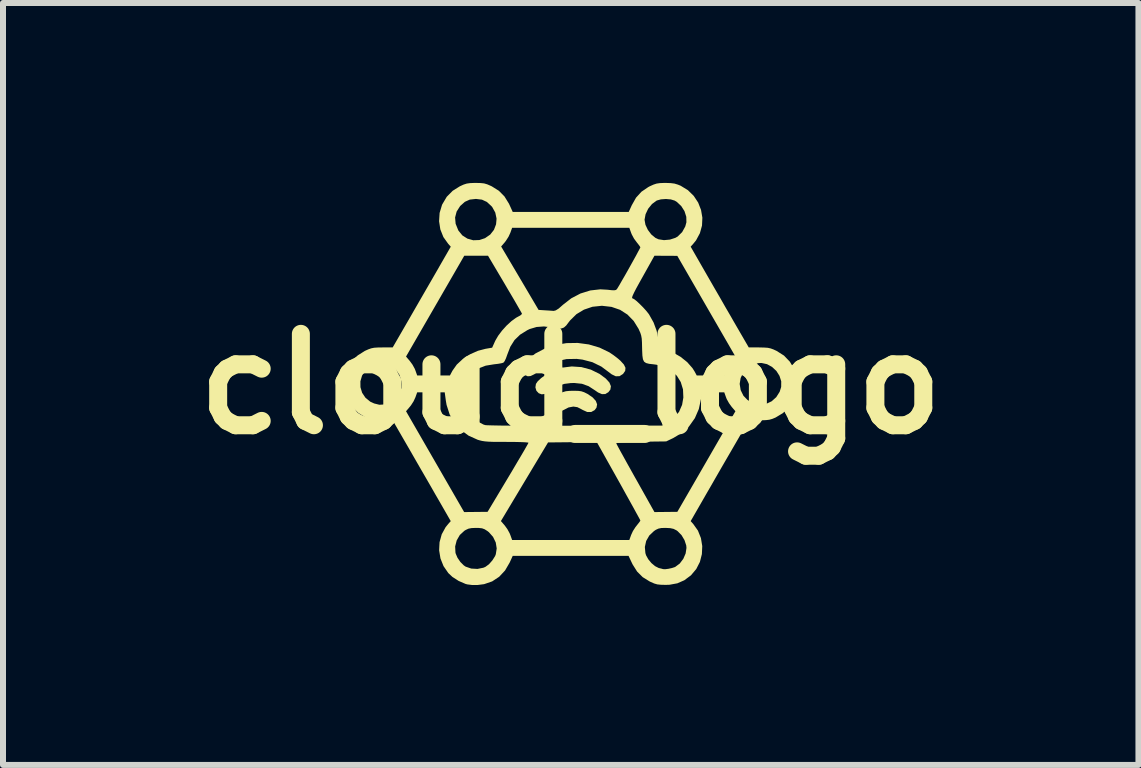
<source format=kicad_pcb>
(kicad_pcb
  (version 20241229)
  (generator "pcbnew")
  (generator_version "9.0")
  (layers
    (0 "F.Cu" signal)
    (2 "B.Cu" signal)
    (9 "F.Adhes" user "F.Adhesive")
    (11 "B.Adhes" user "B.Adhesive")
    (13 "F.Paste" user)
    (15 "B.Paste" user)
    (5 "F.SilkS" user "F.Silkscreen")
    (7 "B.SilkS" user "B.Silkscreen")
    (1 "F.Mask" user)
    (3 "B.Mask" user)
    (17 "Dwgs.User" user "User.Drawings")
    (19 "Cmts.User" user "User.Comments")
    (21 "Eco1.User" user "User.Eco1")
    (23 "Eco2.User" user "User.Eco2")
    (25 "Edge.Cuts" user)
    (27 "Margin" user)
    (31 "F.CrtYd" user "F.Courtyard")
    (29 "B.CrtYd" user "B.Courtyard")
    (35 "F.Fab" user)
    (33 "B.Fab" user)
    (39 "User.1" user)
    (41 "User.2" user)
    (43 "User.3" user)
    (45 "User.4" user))
  (footprint "cloud_logo"
    (layer "F.Cu")
    (at 6.466 3.351)
    (property "Reference" "cloud_logo" (at 0 0 0) (layer "F.SilkS") (effects (font (size 1.524 1.524) (thickness 0.3))))
    (attr board_only exclude_from_pos_files exclude_from_bom)
    (fp_poly (pts (xy 0.121 0.116) (xy 0.176 0.123) (xy 0.224 0.139) (xy 0.278 0.166) (xy 0.279 0.166) (xy 0.364 0.224) (xy 0.418 0.283) (xy 0.44 0.341) (xy 0.429 0.397) (xy 0.399 0.437) (xy 0.341 0.469) (xy 0.274 0.468) (xy 0.199 0.434) (xy 0.187 0.427) (xy 0.111 0.388) (xy 0.044 0.378) (xy -0.037 0.393) (xy -0.102 0.427) (xy -0.181 0.466) (xy -0.248 0.471) (xy -0.304 0.444) (xy -0.314 0.434) (xy -0.347 0.378) (xy -0.347 0.319) (xy -0.314 0.259) (xy -0.251 0.201) (xy -0.187 0.162) (xy -0.132 0.137) (xy -0.08 0.122) (xy -0.017 0.116) (xy 0.044 0.115)) (stroke (width 0) (type solid)) (fill yes) (layer "F.SilkS"))
    (fp_poly (pts (xy 0.179 -0.28) (xy 0.335 -0.238) (xy 0.48 -0.167) (xy 0.585 -0.089) (xy 0.645 -0.023) (xy 0.67 0.038) (xy 0.661 0.095) (xy 0.628 0.138) (xy 0.577 0.169) (xy 0.521 0.171) (xy 0.456 0.143) (xy 0.404 0.107) (xy 0.298 0.038) (xy 0.187 -0.002) (xy 0.062 -0.015) (xy 0.002 -0.014) (xy -0.106 -0.000425) (xy -0.197 0.029) (xy -0.285 0.08) (xy -0.341 0.121) (xy -0.414 0.165) (xy -0.483 0.174) (xy -0.533 0.156) (xy -0.572 0.115) (xy -0.589 0.058) (xy -0.58 -0.00033) (xy -0.549 -0.045) (xy -0.493 -0.097) (xy -0.42 -0.15) (xy -0.338 -0.199) (xy -0.298 -0.219) (xy -0.143 -0.271) (xy 0.018 -0.291)) (stroke (width 0) (type solid)) (fill yes) (layer "F.SilkS"))
    (fp_poly (pts (xy 0.302 -0.658) (xy 0.481 -0.605) (xy 0.646 -0.525) (xy 0.715 -0.478) (xy 0.788 -0.422) (xy 0.829 -0.386) (xy 0.887 -0.322) (xy 0.913 -0.268) (xy 0.908 -0.217) (xy 0.873 -0.167) (xy 0.872 -0.166) (xy 0.814 -0.129) (xy 0.751 -0.127) (xy 0.684 -0.159) (xy 0.655 -0.181) (xy 0.512 -0.288) (xy 0.361 -0.362) (xy 0.196 -0.405) (xy 0.098 -0.417) (xy -0.068 -0.414) (xy -0.225 -0.381) (xy -0.376 -0.316) (xy -0.527 -0.218) (xy -0.531 -0.214) (xy -0.609 -0.16) (xy -0.669 -0.131) (xy -0.717 -0.127) (xy -0.76 -0.146) (xy -0.784 -0.166) (xy -0.819 -0.214) (xy -0.826 -0.262) (xy -0.804 -0.315) (xy -0.751 -0.377) (xy -0.732 -0.396) (xy -0.59 -0.506) (xy -0.43 -0.591) (xy -0.255 -0.649) (xy -0.071 -0.68) (xy 0.116 -0.683)) (stroke (width 0) (type solid)) (fill yes) (layer "F.SilkS"))
    (fp_poly (pts (xy -1.503 -3.349) (xy -1.445 -3.343) (xy -1.393 -3.328) (xy -1.333 -3.302) (xy -1.316 -3.294) (xy -1.198 -3.22) (xy -1.105 -3.126) (xy -1.03 -3.005) (xy -1.018 -2.979) (xy -0.967 -2.867) (xy 0.967 -2.867) (xy 1.018 -2.979) (xy 1.089 -3.105) (xy 1.179 -3.204) (xy 1.292 -3.281) (xy 1.316 -3.294) (xy 1.38 -3.323) (xy 1.432 -3.34) (xy 1.487 -3.348) (xy 1.56 -3.351) (xy 1.583 -3.351) (xy 1.667 -3.348) (xy 1.73 -3.34) (xy 1.786 -3.323) (xy 1.833 -3.304) (xy 1.954 -3.23) (xy 2.051 -3.135) (xy 2.125 -3.023) (xy 2.173 -2.9) (xy 2.195 -2.771) (xy 2.189 -2.64) (xy 2.154 -2.513) (xy 2.09 -2.394) (xy 2.043 -2.336) (xy 2 -2.288) (xy 2.23 -1.887) (xy 2.306 -1.755) (xy 2.394 -1.602) (xy 2.488 -1.44) (xy 2.581 -1.277) (xy 2.669 -1.126) (xy 2.714 -1.047) (xy 2.968 -0.609) (xy 3.142 -0.608) (xy 3.226 -0.606) (xy 3.286 -0.602) (xy 3.335 -0.591) (xy 3.384 -0.573) (xy 3.433 -0.55) (xy 3.556 -0.472) (xy 3.653 -0.371) (xy 3.727 -0.248) (xy 3.751 -0.189) (xy 3.765 -0.134) (xy 3.772 -0.069) (xy 3.773 0.000369) (xy 3.772 0.08) (xy 3.765 0.139) (xy 3.75 0.191) (xy 3.724 0.25) (xy 3.716 0.267) (xy 3.638 0.39) (xy 3.538 0.487) (xy 3.415 0.561) (xy 3.362 0.583) (xy 3.313 0.597) (xy 3.256 0.604) (xy 3.18 0.607) (xy 3.143 0.607) (xy 2.97 0.608) (xy 2.68 1.109) (xy 2.598 1.25) (xy 2.511 1.4) (xy 2.424 1.551) (xy 2.341 1.696) (xy 2.265 1.827) (xy 2.203 1.935) (xy 2.195 1.949) (xy 2 2.288) (xy 2.043 2.336) (xy 2.121 2.446) (xy 2.171 2.571) (xy 2.193 2.704) (xy 2.187 2.838) (xy 2.154 2.968) (xy 2.093 3.087) (xy 2.006 3.19) (xy 2.003 3.193) (xy 1.894 3.274) (xy 1.778 3.325) (xy 1.647 3.349) (xy 1.583 3.351) (xy 1.503 3.349) (xy 1.444 3.343) (xy 1.392 3.328) (xy 1.333 3.302) (xy 1.316 3.294) (xy 1.2 3.222) (xy 1.107 3.129) (xy 1.032 3.01) (xy 1.017 2.979) (xy 0.964 2.867) (xy -0.967 2.867) (xy -1.018 2.979) (xy -1.095 3.111) (xy -1.193 3.216) (xy -1.31 3.293) (xy -1.444 3.339) (xy -1.553 3.353) (xy -1.645 3.353) (xy -1.724 3.343) (xy -1.754 3.335) (xy -1.869 3.285) (xy -1.973 3.218) (xy -2.041 3.154) (xy -2.121 3.038) (xy -2.172 2.91) (xy -2.194 2.775) (xy -2.191 2.71) (xy -1.927 2.71) (xy -1.922 2.812) (xy -1.918 2.829) (xy -1.888 2.899) (xy -1.84 2.969) (xy -1.783 3.026) (xy -1.752 3.047) (xy -1.659 3.079) (xy -1.555 3.085) (xy -1.456 3.065) (xy -1.423 3.051) (xy -1.363 3.007) (xy -1.306 2.942) (xy -1.261 2.871) (xy -1.249 2.84) (xy -1.234 2.743) (xy -1.238 2.719) (xy 1.236 2.719) (xy 1.245 2.821) (xy 1.256 2.857) (xy 1.293 2.924) (xy 1.346 2.988) (xy 1.407 3.039) (xy 1.466 3.069) (xy 1.473 3.071) (xy 1.515 3.081) (xy 1.539 3.088) (xy 1.575 3.09) (xy 1.629 3.083) (xy 1.688 3.07) (xy 1.737 3.054) (xy 1.743 3.051) (xy 1.818 2.995) (xy 1.877 2.917) (xy 1.916 2.827) (xy 1.93 2.735) (xy 1.926 2.693) (xy 1.897 2.605) (xy 1.847 2.521) (xy 1.783 2.456) (xy 1.764 2.442) (xy 1.714 2.417) (xy 1.658 2.405) (xy 1.581 2.401) (xy 1.58 2.401) (xy 1.511 2.403) (xy 1.462 2.413) (xy 1.419 2.433) (xy 1.388 2.454) (xy 1.31 2.528) (xy 1.258 2.619) (xy 1.236 2.719) (xy -1.238 2.719) (xy -1.25 2.644) (xy -1.295 2.551) (xy -1.364 2.473) (xy -1.388 2.454) (xy -1.435 2.424) (xy -1.478 2.408) (xy -1.532 2.402) (xy -1.582 2.401) (xy -1.653 2.404) (xy -1.705 2.414) (xy -1.75 2.435) (xy -1.773 2.449) (xy -1.849 2.519) (xy -1.901 2.609) (xy -1.927 2.71) (xy -2.191 2.71) (xy -2.187 2.639) (xy -2.151 2.508) (xy -2.086 2.389) (xy -2.043 2.336) (xy -2 2.288) (xy -2.001 2.287) (xy -1.164 2.287) (xy -1.1 2.361) (xy -1.056 2.422) (xy -1.019 2.49) (xy -1.007 2.519) (xy -0.977 2.603) (xy 0.977 2.603) (xy 1.007 2.519) (xy 1.037 2.454) (xy 1.08 2.387) (xy 1.099 2.363) (xy 1.133 2.32) (xy 1.156 2.289) (xy 1.161 2.278) (xy 1.153 2.26) (xy 1.129 2.216) (xy 1.091 2.147) (xy 1.042 2.057) (xy 0.982 1.949) (xy 0.914 1.827) (xy 0.84 1.693) (xy 0.797 1.616) (xy 0.446 0.99) (xy 0.76 0.99) (xy 0.76 0.991) (xy 0.769 1.011) (xy 0.794 1.058) (xy 0.832 1.128) (xy 0.882 1.218) (xy 0.941 1.325) (xy 1.008 1.445) (xy 1.08 1.574) (xy 1.081 1.575) (xy 1.396 2.137) (xy 1.778 2.133) (xy 2.262 1.295) (xy 2.746 0.456) (xy 2.683 0.382) (xy 2.639 0.321) (xy 2.601 0.253) (xy 2.59 0.225) (xy 2.56 0.141) (xy 2.185 0.141) (xy 2.172 0.251) (xy 2.136 0.419) (xy 2.07 0.571) (xy 1.976 0.704) (xy 1.855 0.816) (xy 1.709 0.903) (xy 1.592 0.959) (xy 1.173 0.964) (xy 1.034 0.967) (xy 0.927 0.969) (xy 0.849 0.973) (xy 0.797 0.978) (xy 0.768 0.983) (xy 0.76 0.99) (xy 0.446 0.99) (xy 0.432 0.967) (xy 0.027 0.972) (xy -0.378 0.976) (xy -0.771 1.631) (xy -1.164 2.287) (xy -2.001 2.287) (xy -2.195 1.949) (xy -2.256 1.844) (xy -2.329 1.716) (xy -2.412 1.572) (xy -2.499 1.422) (xy -2.586 1.271) (xy -2.668 1.128) (xy -2.679 1.109) (xy -2.968 0.609) (xy -3.142 0.608) (xy -3.229 0.606) (xy -3.292 0.6) (xy -3.343 0.589) (xy -3.393 0.57) (xy -3.415 0.561) (xy -3.541 0.485) (xy -3.57 0.456) (xy -2.746 0.456) (xy -1.777 2.137) (xy -1.386 2.133) (xy -1.045 1.564) (xy -0.968 1.435) (xy -0.898 1.316) (xy -0.835 1.21) (xy -0.782 1.12) (xy -0.742 1.05) (xy -0.715 1.002) (xy -0.704 0.981) (xy -0.704 0.981) (xy -0.72 0.977) (xy -0.767 0.973) (xy -0.839 0.97) (xy -0.93 0.968) (xy -1.036 0.968) (xy -1.074 0.967) (xy -1.201 0.967) (xy -1.3 0.966) (xy -1.375 0.963) (xy -1.432 0.958) (xy -1.478 0.951) (xy -1.519 0.941) (xy -1.55 0.932) (xy -1.703 0.863) (xy -1.833 0.767) (xy -1.939 0.649) (xy -2.019 0.509) (xy -2.07 0.35) (xy -2.082 0.281) (xy -2.101 0.141) (xy -2.56 0.141) (xy -2.59 0.225) (xy -2.62 0.29) (xy -2.663 0.357) (xy -2.683 0.382) (xy -2.746 0.456) (xy -3.57 0.456) (xy -3.641 0.387) (xy -3.716 0.267) (xy -3.745 0.203) (xy -3.762 0.151) (xy -3.771 0.095) (xy -3.773 0.021) (xy -3.773 0.000369) (xy -3.772 -0.043) (xy -3.507 -0.043) (xy -3.506 0.055) (xy -3.478 0.148) (xy -3.423 0.23) (xy -3.343 0.296) (xy -3.278 0.326) (xy -3.19 0.348) (xy -3.11 0.343) (xy -3.023 0.312) (xy -3.015 0.308) (xy -2.921 0.244) (xy -2.856 0.163) (xy -2.843 0.125) (xy -1.791 0.125) (xy -1.791 0.224) (xy -1.782 0.305) (xy -1.768 0.375) (xy -1.753 0.418) (xy -1.677 0.527) (xy -1.575 0.615) (xy -1.454 0.678) (xy -1.425 0.687) (xy -1.401 0.689) (xy -1.344 0.691) (xy -1.258 0.693) (xy -1.145 0.695) (xy -1.007 0.696) (xy -0.847 0.697) (xy -0.669 0.698) (xy -0.474 0.698) (xy -0.266 0.698) (xy -0.047 0.698) (xy 0.07 0.698) (xy 1.522 0.695) (xy 1.615 0.643) (xy 1.725 0.564) (xy 1.806 0.466) (xy 1.857 0.349) (xy 1.878 0.227) (xy 1.872 0.091) (xy 1.844 0.000082) (xy 2.817 0.000082) (xy 2.833 0.101) (xy 2.835 0.107) (xy 2.88 0.198) (xy 2.947 0.267) (xy 3.015 0.308) (xy 3.091 0.34) (xy 3.157 0.35) (xy 3.23 0.341) (xy 3.259 0.333) (xy 3.35 0.29) (xy 3.427 0.221) (xy 3.484 0.131) (xy 3.509 0.051) (xy 3.51 -0.043) (xy 3.481 -0.134) (xy 3.429 -0.216) (xy 3.357 -0.283) (xy 3.273 -0.329) (xy 3.181 -0.349) (xy 3.131 -0.347) (xy 3.029 -0.318) (xy 2.942 -0.262) (xy 2.876 -0.187) (xy 2.833 -0.098) (xy 2.817 0.000082) (xy 1.844 0.000082) (xy 1.835 -0.03) (xy 1.77 -0.135) (xy 1.679 -0.22) (xy 1.565 -0.282) (xy 1.429 -0.32) (xy 1.377 -0.327) (xy 1.306 -0.335) (xy 1.256 -0.348) (xy 1.223 -0.371) (xy 1.204 -0.411) (xy 1.195 -0.472) (xy 1.191 -0.56) (xy 1.19 -0.601) (xy 1.188 -0.691) (xy 1.184 -0.756) (xy 1.175 -0.806) (xy 1.161 -0.851) (xy 1.138 -0.902) (xy 1.133 -0.915) (xy 1.05 -1.049) (xy 0.946 -1.156) (xy 0.823 -1.235) (xy 0.681 -1.284) (xy 0.525 -1.302) (xy 0.515 -1.302) (xy 0.362 -1.286) (xy 0.221 -1.238) (xy 0.096 -1.163) (xy -0.009 -1.06) (xy -0.032 -1.031) (xy -0.075 -0.974) (xy -0.113 -0.94) (xy -0.155 -0.924) (xy -0.211 -0.924) (xy -0.29 -0.937) (xy -0.308 -0.941) (xy -0.447 -0.958) (xy -0.569 -0.949) (xy -0.684 -0.915) (xy -0.725 -0.895) (xy -0.844 -0.821) (xy -0.937 -0.731) (xy -1.007 -0.62) (xy -1.058 -0.488) (xy -1.08 -0.426) (xy -1.103 -0.378) (xy -1.123 -0.354) (xy -1.123 -0.354) (xy -1.154 -0.345) (xy -1.209 -0.335) (xy -1.277 -0.327) (xy -1.284 -0.326) (xy -1.418 -0.304) (xy -1.527 -0.262) (xy -1.62 -0.198) (xy -1.659 -0.16) (xy -1.729 -0.071) (xy -1.772 0.021) (xy -1.791 0.125) (xy -2.843 0.125) (xy -2.823 0.069) (xy -2.821 -0.035) (xy -2.853 -0.144) (xy -2.857 -0.152) (xy -2.915 -0.239) (xy -2.992 -0.301) (xy -3.082 -0.337) (xy -3.178 -0.346) (xy -3.274 -0.326) (xy -3.364 -0.279) (xy -3.419 -0.229) (xy -3.479 -0.139) (xy -3.507 -0.043) (xy -3.772 -0.043) (xy -3.771 -0.083) (xy -3.763 -0.146) (xy -3.747 -0.201) (xy -3.727 -0.248) (xy -3.651 -0.374) (xy -3.571 -0.456) (xy -2.746 -0.456) (xy -2.683 -0.382) (xy -2.639 -0.322) (xy -2.601 -0.253) (xy -2.59 -0.225) (xy -2.56 -0.141) (xy -2.014 -0.141) (xy -1.972 -0.22) (xy -1.9 -0.322) (xy -1.8 -0.415) (xy -1.68 -0.493) (xy -1.547 -0.552) (xy -1.421 -0.585) (xy -1.31 -0.604) (xy -1.258 -0.72) (xy -1.211 -0.801) (xy -1.145 -0.889) (xy -1.068 -0.974) (xy -0.987 -1.048) (xy -0.911 -1.103) (xy -0.884 -1.118) (xy -0.841 -1.141) (xy -0.816 -1.163) (xy -0.813 -1.171) (xy -0.823 -1.19) (xy -0.849 -1.236) (xy -0.888 -1.304) (xy -0.938 -1.391) (xy -0.998 -1.493) (xy -1.065 -1.606) (xy -1.098 -1.663) (xy -1.379 -2.137) (xy -1.775 -2.137) (xy -2.746 -0.456) (xy -3.571 -0.456) (xy -3.553 -0.474) (xy -3.433 -0.55) (xy -3.375 -0.576) (xy -3.327 -0.593) (xy -3.277 -0.603) (xy -3.214 -0.607) (xy -3.142 -0.608) (xy -2.968 -0.609) (xy -2.679 -1.109) (xy -2.598 -1.25) (xy -2.511 -1.401) (xy -2.424 -1.552) (xy -2.34 -1.697) (xy -2.265 -1.827) (xy -2.202 -1.936) (xy -2.195 -1.949) (xy -2 -2.288) (xy -2.003 -2.291) (xy -1.16 -2.291) (xy -0.848 -1.763) (xy -0.536 -1.234) (xy -0.431 -1.227) (xy -0.366 -1.223) (xy -0.31 -1.219) (xy -0.284 -1.217) (xy -0.249 -1.226) (xy -0.2 -1.257) (xy -0.134 -1.315) (xy -0.131 -1.318) (xy 0.008 -1.426) (xy 0.017 -1.431) (xy 1.024 -1.431) (xy 1.031 -1.425) (xy 1.034 -1.425) (xy 1.059 -1.412) (xy 1.1 -1.38) (xy 1.151 -1.332) (xy 1.205 -1.278) (xy 1.256 -1.222) (xy 1.297 -1.171) (xy 1.308 -1.155) (xy 1.381 -1.025) (xy 1.432 -0.888) (xy 1.464 -0.736) (xy 1.486 -0.593) (xy 1.581 -0.569) (xy 1.709 -0.522) (xy 1.832 -0.451) (xy 1.942 -0.363) (xy 2.03 -0.263) (xy 2.066 -0.206) (xy 2.101 -0.141) (xy 2.56 -0.141) (xy 2.59 -0.225) (xy 2.62 -0.29) (xy 2.663 -0.357) (xy 2.683 -0.382) (xy 2.746 -0.456) (xy 2.261 -1.296) (xy 1.777 -2.135) (xy 1.586 -2.136) (xy 1.396 -2.137) (xy 1.208 -1.801) (xy 1.142 -1.683) (xy 1.092 -1.592) (xy 1.057 -1.524) (xy 1.035 -1.477) (xy 1.024 -1.447) (xy 1.024 -1.431) (xy 0.017 -1.431) (xy 0.162 -1.507) (xy 0.326 -1.558) (xy 0.493 -1.577) (xy 0.615 -1.57) (xy 0.685 -1.562) (xy 0.728 -1.561) (xy 0.753 -1.566) (xy 0.77 -1.58) (xy 0.77 -1.58) (xy 0.785 -1.604) (xy 0.814 -1.652) (xy 0.852 -1.719) (xy 0.898 -1.798) (xy 0.948 -1.886) (xy 0.998 -1.976) (xy 1.047 -2.064) (xy 1.091 -2.143) (xy 1.126 -2.209) (xy 1.151 -2.255) (xy 1.161 -2.277) (xy 1.161 -2.278) (xy 1.15 -2.297) (xy 1.123 -2.333) (xy 1.099 -2.363) (xy 1.055 -2.423) (xy 1.018 -2.492) (xy 1.007 -2.519) (xy 0.977 -2.603) (xy -0.977 -2.603) (xy -1.007 -2.519) (xy -1.037 -2.454) (xy -1.08 -2.387) (xy -1.098 -2.363) (xy -1.16 -2.291) (xy -2.003 -2.291) (xy -2.043 -2.336) (xy -2.123 -2.448) (xy -2.174 -2.576) (xy -2.195 -2.712) (xy -2.191 -2.775) (xy -1.928 -2.775) (xy -1.919 -2.67) (xy -1.876 -2.564) (xy -1.873 -2.557) (xy -1.807 -2.476) (xy -1.722 -2.422) (xy -1.625 -2.395) (xy -1.522 -2.399) (xy -1.429 -2.43) (xy -1.342 -2.49) (xy -1.28 -2.569) (xy -1.245 -2.661) (xy -1.238 -2.737) (xy 1.231 -2.737) (xy 1.246 -2.653) (xy 1.286 -2.568) (xy 1.343 -2.492) (xy 1.412 -2.435) (xy 1.464 -2.411) (xy 1.555 -2.397) (xy 1.654 -2.406) (xy 1.744 -2.435) (xy 1.783 -2.457) (xy 1.858 -2.531) (xy 1.91 -2.625) (xy 1.929 -2.695) (xy 1.927 -2.786) (xy 1.897 -2.88) (xy 1.843 -2.965) (xy 1.77 -3.034) (xy 1.734 -3.056) (xy 1.669 -3.076) (xy 1.587 -3.083) (xy 1.504 -3.077) (xy 1.436 -3.058) (xy 1.432 -3.056) (xy 1.355 -2.999) (xy 1.291 -2.92) (xy 1.248 -2.829) (xy 1.231 -2.738) (xy 1.231 -2.737) (xy -1.238 -2.737) (xy -1.237 -2.759) (xy -1.258 -2.857) (xy -1.309 -2.949) (xy -1.323 -2.965) (xy -1.398 -3.034) (xy -1.48 -3.072) (xy -1.578 -3.084) (xy -1.583 -3.084) (xy -1.683 -3.073) (xy -1.765 -3.036) (xy -1.84 -2.969) (xy -1.844 -2.965) (xy -1.902 -2.874) (xy -1.928 -2.775) (xy -2.191 -2.775) (xy -2.186 -2.851) (xy -2.146 -2.985) (xy -2.141 -2.995) (xy -2.067 -3.12) (xy -1.968 -3.22) (xy -1.85 -3.294) (xy -1.787 -3.323) (xy -1.734 -3.34) (xy -1.678 -3.348) (xy -1.605 -3.351) (xy -1.583 -3.351)) (stroke (width 0) (type solid)) (fill yes) (layer "F.SilkS")))
  (gr_rect
    (start -3 -3)
    (end 15.932 9.704)
    (stroke (width 0.1) (type default))
    (fill no)
    (layer "Edge.Cuts")))
</source>
